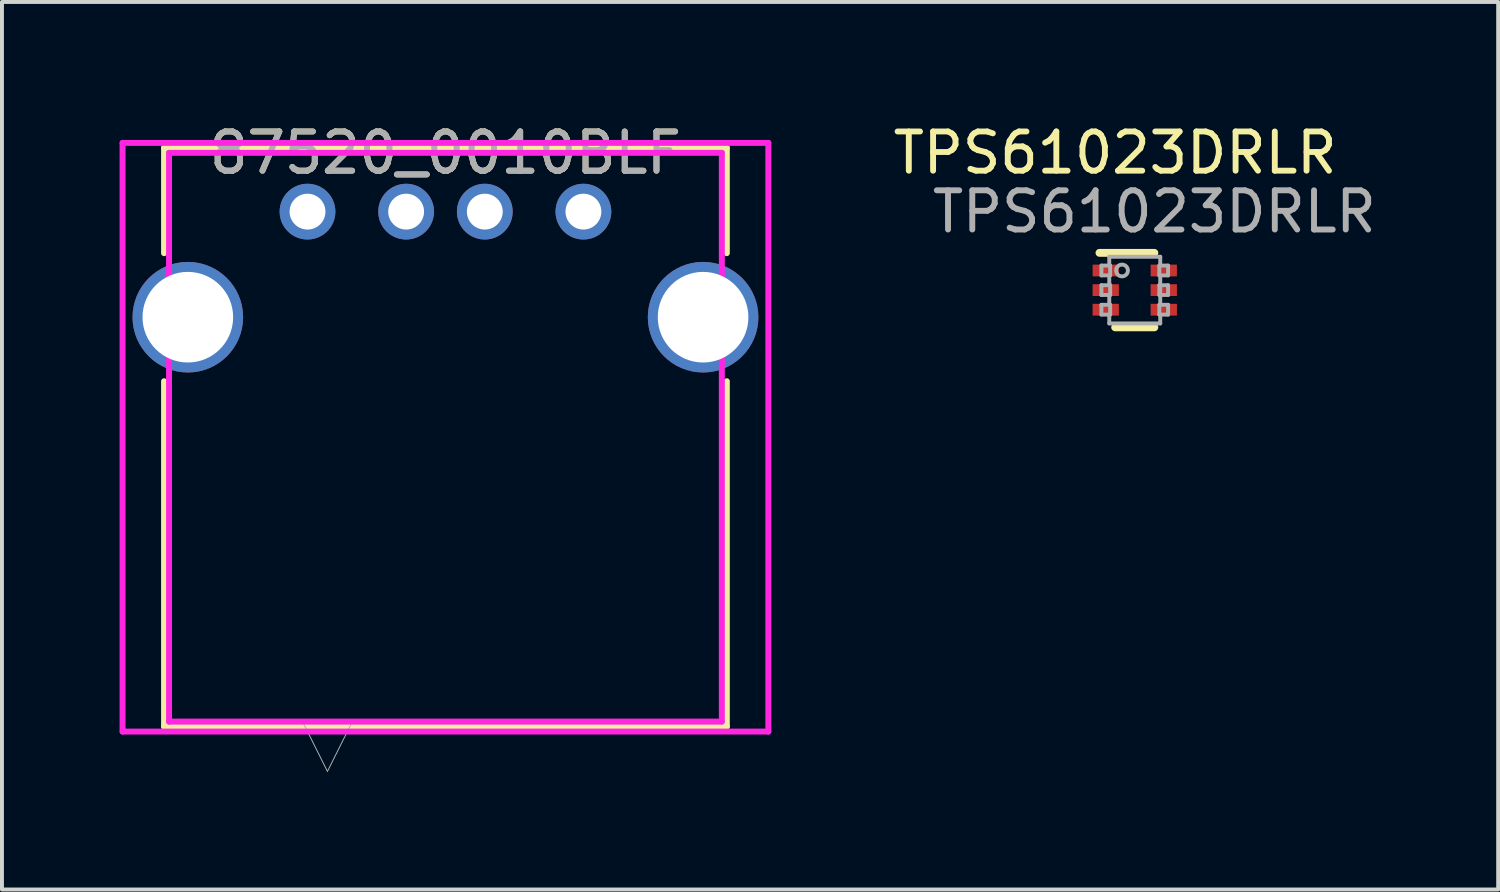
<source format=kicad_pcb>
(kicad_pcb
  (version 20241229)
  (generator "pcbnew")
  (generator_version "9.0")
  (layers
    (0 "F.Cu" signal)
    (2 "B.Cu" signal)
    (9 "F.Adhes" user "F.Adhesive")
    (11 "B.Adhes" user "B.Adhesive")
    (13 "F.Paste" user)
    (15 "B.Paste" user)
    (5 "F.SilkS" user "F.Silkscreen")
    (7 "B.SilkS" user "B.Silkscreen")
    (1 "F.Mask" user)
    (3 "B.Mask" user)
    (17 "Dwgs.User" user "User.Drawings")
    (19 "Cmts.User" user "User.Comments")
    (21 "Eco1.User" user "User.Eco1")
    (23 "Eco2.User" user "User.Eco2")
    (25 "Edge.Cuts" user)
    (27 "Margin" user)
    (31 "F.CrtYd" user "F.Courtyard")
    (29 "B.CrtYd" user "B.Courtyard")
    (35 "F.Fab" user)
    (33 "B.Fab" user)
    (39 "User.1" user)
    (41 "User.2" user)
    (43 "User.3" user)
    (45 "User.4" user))
  (footprint "TPS61023DRLR"
    (layer "F.Cu")
    (at 25.888 4.348)
    (property "Reference" "TPS61023DRLR" (at -0.5 -3.5 0) (unlocked yes) (layer "F.SilkS") (effects (font (size 1 1) (thickness 0.15))))
    (attr smd)
    (fp_line (start -0.9 -0.95) (end 0.5 -0.95) (stroke (width 0.2) (type solid)) (layer "F.SilkS"))
    (fp_line (start -0.5 0.95) (end 0.5 0.95) (stroke (width 0.2) (type solid)) (layer "F.SilkS"))
    (fp_line (start -0.85 -0.625) (end -0.627 -0.625) (stroke (width 0.1) (type solid)) (layer "F.Fab"))
    (fp_line (start -0.85 -0.375) (end -0.85 -0.625) (stroke (width 0.1) (type solid)) (layer "F.Fab"))
    (fp_line (start -0.85 -0.375) (end -0.627 -0.375) (stroke (width 0.1) (type solid)) (layer "F.Fab"))
    (fp_line (start -0.85 -0.125) (end -0.627 -0.125) (stroke (width 0.1) (type solid)) (layer "F.Fab"))
    (fp_line (start -0.85 0.125) (end -0.85 -0.125) (stroke (width 0.1) (type solid)) (layer "F.Fab"))
    (fp_line (start -0.85 0.125) (end -0.627 0.125) (stroke (width 0.1) (type solid)) (layer "F.Fab"))
    (fp_line (start -0.85 0.375) (end -0.627 0.375) (stroke (width 0.1) (type solid)) (layer "F.Fab"))
    (fp_line (start -0.85 0.625) (end -0.85 0.375) (stroke (width 0.1) (type solid)) (layer "F.Fab"))
    (fp_line (start -0.85 0.625) (end -0.627 0.625) (stroke (width 0.1) (type solid)) (layer "F.Fab"))
    (fp_line (start -0.65 -0.85) (end 0.65 -0.85) (stroke (width 0.1) (type solid)) (layer "F.Fab"))
    (fp_line (start -0.65 -0.625) (end -0.65 -0.85) (stroke (width 0.1) (type solid)) (layer "F.Fab"))
    (fp_line (start -0.65 -0.125) (end -0.65 -0.375) (stroke (width 0.1) (type solid)) (layer "F.Fab"))
    (fp_line (start -0.65 0.375) (end -0.65 0.125) (stroke (width 0.1) (type solid)) (layer "F.Fab"))
    (fp_line (start -0.65 0.85) (end -0.65 0.625) (stroke (width 0.1) (type solid)) (layer "F.Fab"))
    (fp_line (start -0.65 0.85) (end 0.65 0.85) (stroke (width 0.1) (type solid)) (layer "F.Fab"))
    (fp_line (start -0.627 -0.375) (end -0.627 -0.625) (stroke (width 0.1) (type solid)) (layer "F.Fab"))
    (fp_line (start -0.627 0.125) (end -0.627 -0.125) (stroke (width 0.1) (type solid)) (layer "F.Fab"))
    (fp_line (start -0.627 0.625) (end -0.627 0.375) (stroke (width 0.1) (type solid)) (layer "F.Fab"))
    (fp_line (start 0.627 -0.625) (end 0.85 -0.625) (stroke (width 0.1) (type solid)) (layer "F.Fab"))
    (fp_line (start 0.627 -0.375) (end 0.627 -0.625) (stroke (width 0.1) (type solid)) (layer "F.Fab"))
    (fp_line (start 0.627 -0.375) (end 0.85 -0.375) (stroke (width 0.1) (type solid)) (layer "F.Fab"))
    (fp_line (start 0.627 -0.125) (end 0.85 -0.125) (stroke (width 0.1) (type solid)) (layer "F.Fab"))
    (fp_line (start 0.627 0.125) (end 0.627 -0.125) (stroke (width 0.1) (type solid)) (layer "F.Fab"))
    (fp_line (start 0.627 0.125) (end 0.85 0.125) (stroke (width 0.1) (type solid)) (layer "F.Fab"))
    (fp_line (start 0.627 0.375) (end 0.85 0.375) (stroke (width 0.1) (type solid)) (layer "F.Fab"))
    (fp_line (start 0.627 0.625) (end 0.627 0.375) (stroke (width 0.1) (type solid)) (layer "F.Fab"))
    (fp_line (start 0.627 0.625) (end 0.85 0.625) (stroke (width 0.1) (type solid)) (layer "F.Fab"))
    (fp_line (start 0.65 -0.625) (end 0.65 -0.85) (stroke (width 0.1) (type solid)) (layer "F.Fab"))
    (fp_line (start 0.65 0.375) (end 0.65 -0.375) (stroke (width 0.1) (type solid)) (layer "F.Fab"))
    (fp_line (start 0.65 0.85) (end 0.65 0.625) (stroke (width 0.1) (type solid)) (layer "F.Fab"))
    (fp_line (start 0.85 -0.375) (end 0.85 -0.625) (stroke (width 0.1) (type solid)) (layer "F.Fab"))
    (fp_line (start 0.85 0.625) (end 0.85 0.375) (stroke (width 0.1) (type solid)) (layer "F.Fab"))
    (fp_line (start 0.85 0.125) (end 0.85 -0.125) (stroke (width 0.1) (type solid)) (layer "F.Fab"))
    (fp_circle (center -0.325 -0.5) (end -0.175 -0.5) (stroke (width 0.1) (type solid)) (fill no) (layer "F.Fab"))
    (fp_text user "${REFERENCE}" (at 0.5 -2 0) (unlocked yes) (layer "F.Fab") (effects (font (size 1 1) (thickness 0.15))))
    (pad "1" smd rect (at -0.74 -0.5 90) (size 0.3 0.67) (layers "F.Cu" "F.Mask" "F.Paste"))
    (pad "2" smd rect (at -0.74 -0.000003 90) (size 0.3 0.67) (layers "F.Cu" "F.Mask" "F.Paste"))
    (pad "3" smd rect (at -0.74 0.5 90) (size 0.3 0.67) (layers "F.Cu" "F.Mask" "F.Paste"))
    (pad "4" smd rect (at 0.74 0.5 90) (size 0.3 0.67) (layers "F.Cu" "F.Mask" "F.Paste"))
    (pad "5" smd rect (at 0.74 -0.000003 90) (size 0.3 0.67) (layers "F.Cu" "F.Mask" "F.Paste"))
    (pad "6" smd rect (at 0.74 -0.5 90) (size 0.3 0.67) (layers "F.Cu" "F.Mask" "F.Paste")))
  (footprint "87520_0010BLF"
    (layer "F.Cu")
    (at 4.676 2.239)
    (property "Reference" "87520_0010BLF" (at 3.634 -1.391 0) (unlocked yes) (layer "F.SilkS") (effects (font (size 1 1) (thickness 0.15))))
    (attr through_hole)
    (fp_line (start -3.542 -1.518) (end -3.542 1.167) (stroke (width 0.152) (type solid)) (layer "F.SilkS"))
    (fp_line (start -3.542 4.434) (end -3.542 13.24) (stroke (width 0.152) (type solid)) (layer "F.SilkS"))
    (fp_line (start -3.542 13.24) (end 10.809 13.24) (stroke (width 0.152) (type solid)) (layer "F.SilkS"))
    (fp_line (start 10.809 -1.518) (end -3.542 -1.518) (stroke (width 0.152) (type solid)) (layer "F.SilkS"))
    (fp_line (start 10.809 1.167) (end 10.809 -1.518) (stroke (width 0.152) (type solid)) (layer "F.SilkS"))
    (fp_line (start 10.809 13.24) (end 10.809 4.434) (stroke (width 0.152) (type solid)) (layer "F.SilkS"))
    (fp_line (start -4.6 -1.645) (end -4.6 13.367) (stroke (width 0.152) (type solid)) (layer "F.CrtYd"))
    (fp_line (start -4.6 13.367) (end 11.868 13.367) (stroke (width 0.152) (type solid)) (layer "F.CrtYd"))
    (fp_line (start -3.415 -1.391) (end -3.415 13.113) (stroke (width 0.152) (type solid)) (layer "F.CrtYd"))
    (fp_line (start -3.415 13.113) (end 10.682 13.113) (stroke (width 0.152) (type solid)) (layer "F.CrtYd"))
    (fp_line (start 10.682 -1.391) (end -3.415 -1.391) (stroke (width 0.152) (type solid)) (layer "F.CrtYd"))
    (fp_line (start 10.682 -1.391) (end 10.682 13.113) (stroke (width 0.152) (type solid)) (layer "F.CrtYd"))
    (fp_line (start 11.868 -1.645) (end -4.6 -1.645) (stroke (width 0.152) (type solid)) (layer "F.CrtYd"))
    (fp_line (start 11.868 -1.645) (end 11.868 13.367) (stroke (width 0.152) (type solid)) (layer "F.CrtYd"))
    (fp_line (start -3.415 -1.391) (end -3.415 13.113) (stroke (width 0.025) (type solid)) (layer "F.Fab"))
    (fp_line (start -3.415 13.113) (end 10.682 13.113) (stroke (width 0.025) (type solid)) (layer "F.Fab"))
    (fp_line (start -0.011 13.113) (end 0.624 14.383) (stroke (width 0.025) (type solid)) (layer "F.Fab"))
    (fp_line (start 1.259 13.113) (end 0.624 14.383) (stroke (width 0.025) (type solid)) (layer "F.Fab"))
    (fp_line (start 10.682 -1.391) (end -3.415 -1.391) (stroke (width 0.025) (type solid)) (layer "F.Fab"))
    (fp_line (start 10.682 13.113) (end 10.682 -1.391) (stroke (width 0.025) (type solid)) (layer "F.Fab"))
    (fp_text user "${REFERENCE}" (at 3.634 -1.391 0) (unlocked yes) (layer "F.Fab") (effects (font (size 1 1) (thickness 0.15))))
    (pad "1" thru_hole circle (at 0.116 0.108) (size 1.422 1.422) (drill 0.914) (layers "*.Cu" "*.Mask"))
    (pad "2" thru_hole circle (at 2.631 0.108) (size 1.422 1.422) (drill 0.914) (layers "*.Cu" "*.Mask"))
    (pad "3" thru_hole circle (at 4.637 0.108) (size 1.422 1.422) (drill 0.914) (layers "*.Cu" "*.Mask"))
    (pad "4" thru_hole circle (at 7.152 0.108) (size 1.422 1.422) (drill 0.914) (layers "*.Cu" "*.Mask"))
    (pad "5" thru_hole circle (at -2.936 2.8) (size 2.819 2.819) (drill 2.311) (layers "*.Cu" "*.Mask"))
    (pad "6" thru_hole circle (at 10.204 2.8) (size 2.819 2.819) (drill 2.311) (layers "*.Cu" "*.Mask")))
  (gr_rect
    (start -3 -3)
    (end 35.156 19.634)
    (stroke (width 0.1) (type default))
    (fill no)
    (layer "Edge.Cuts")))
</source>
